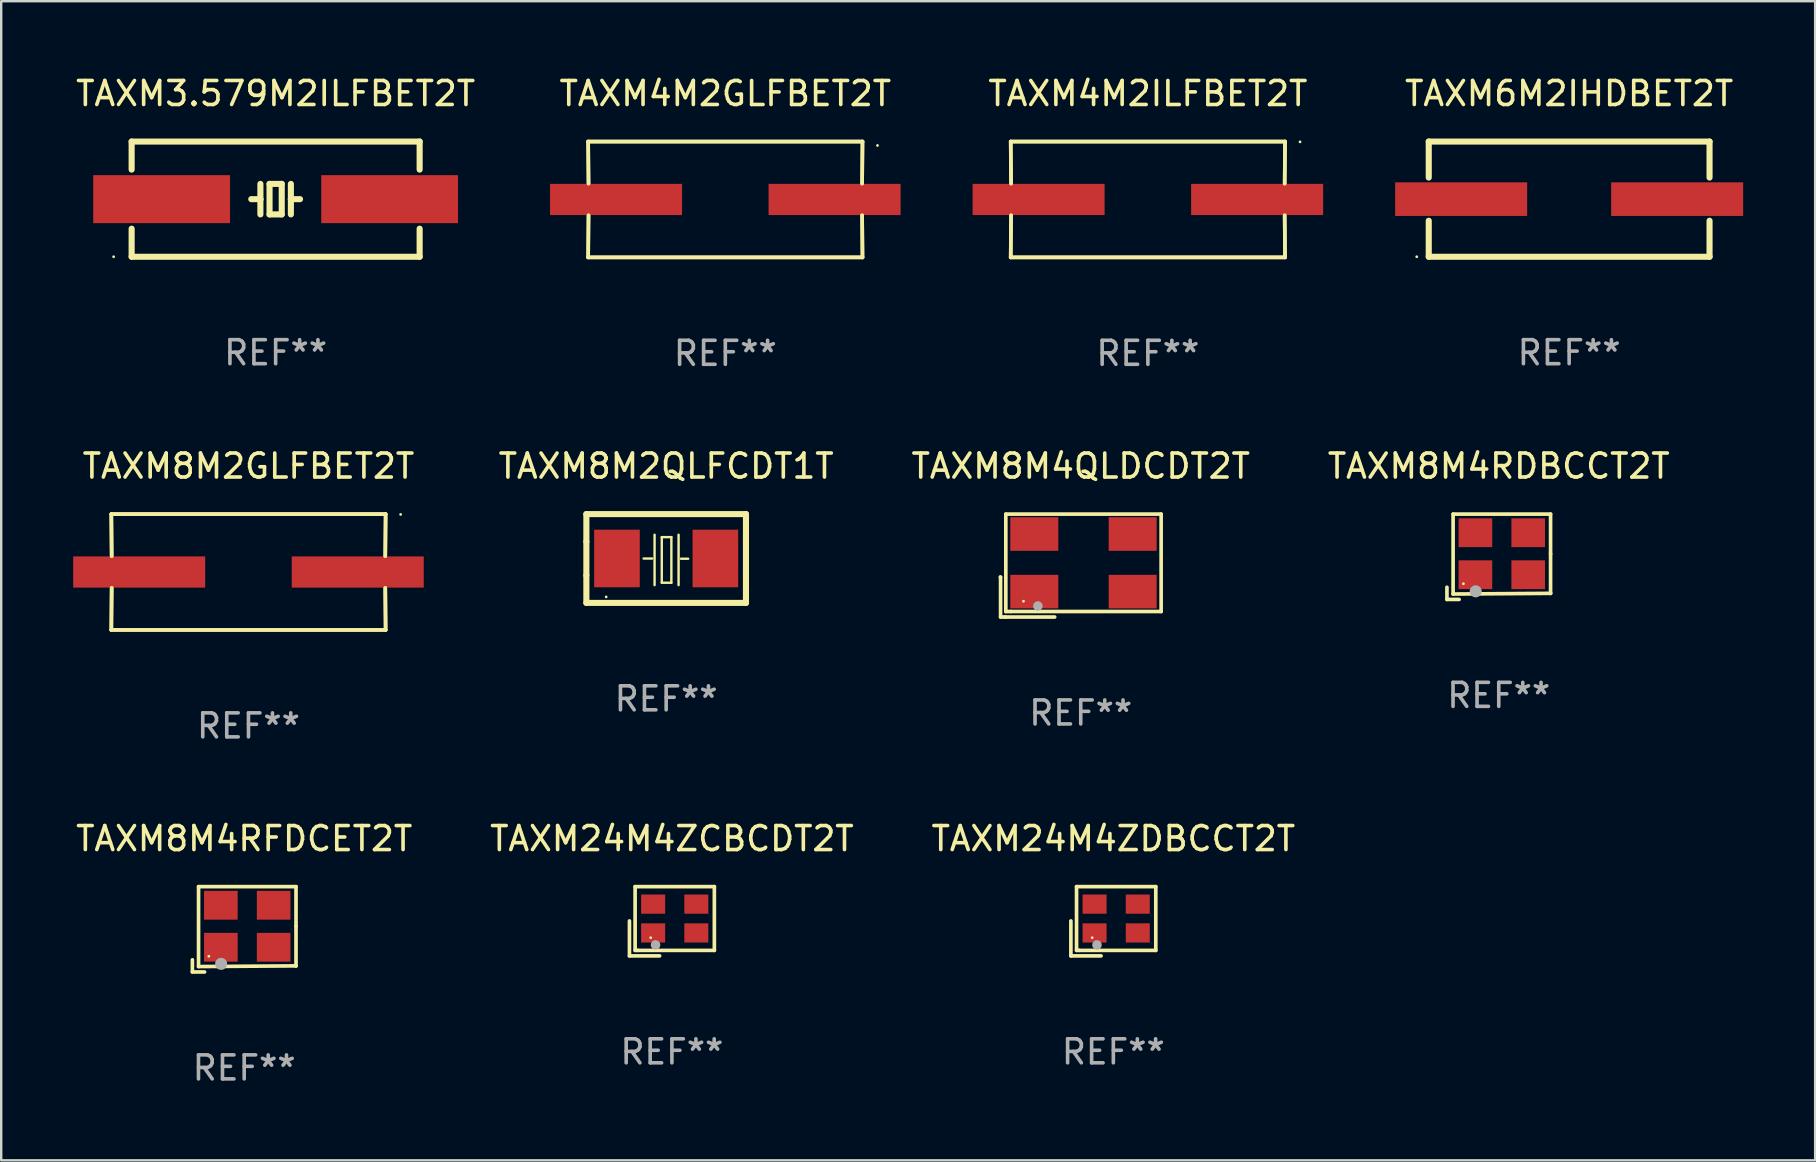
<source format=kicad_pcb>
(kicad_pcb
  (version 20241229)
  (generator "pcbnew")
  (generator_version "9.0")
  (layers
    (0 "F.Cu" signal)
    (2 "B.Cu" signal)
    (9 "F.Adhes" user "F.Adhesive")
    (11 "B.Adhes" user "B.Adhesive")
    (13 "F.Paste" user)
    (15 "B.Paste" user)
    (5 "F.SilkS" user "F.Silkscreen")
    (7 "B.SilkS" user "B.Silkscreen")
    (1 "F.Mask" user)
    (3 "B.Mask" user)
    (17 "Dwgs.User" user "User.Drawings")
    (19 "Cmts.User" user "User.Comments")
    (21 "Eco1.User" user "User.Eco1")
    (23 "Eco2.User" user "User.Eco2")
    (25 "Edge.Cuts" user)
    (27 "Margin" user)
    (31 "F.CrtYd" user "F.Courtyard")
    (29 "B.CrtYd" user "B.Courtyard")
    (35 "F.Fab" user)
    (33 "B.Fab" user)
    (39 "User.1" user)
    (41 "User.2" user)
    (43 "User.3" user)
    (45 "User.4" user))
  (footprint "TAXM24M4ZCBCDT2T"
    (layer "F.Cu")
    (at 24.946 35.336)
    (property "Reference" "TAXM24M4ZCBCDT2T" (at 0 -3.443 0) (layer "F.SilkS") (effects (font (size 1 1) (thickness 0.15))))
    (attr through_hole)
    (fp_line (start -1.769 -0.014) (end -1.769 1.443) (stroke (width 0.152) (type solid)) (layer "F.SilkS"))
    (fp_line (start -1.769 1.443) (end -0.512 1.443) (stroke (width 0.152) (type solid)) (layer "F.SilkS"))
    (fp_line (start -1.533 -1.443) (end 1.769 -1.443) (stroke (width 0.152) (type solid)) (layer "F.SilkS"))
    (fp_line (start -1.533 1.214) (end -1.533 -1.443) (stroke (width 0.152) (type solid)) (layer "F.SilkS"))
    (fp_line (start -1.411 1.214) (end -1.533 1.214) (stroke (width 0.152) (type solid)) (layer "F.SilkS"))
    (fp_line (start 1.769 -1.443) (end 1.769 1.214) (stroke (width 0.152) (type solid)) (layer "F.SilkS"))
    (fp_line (start 1.769 1.214) (end -1.411 1.214) (stroke (width 0.152) (type solid)) (layer "F.SilkS"))
    (fp_circle (center -0.882 0.686) (end -0.852 0.686) (stroke (width 0.06) (type solid)) (fill no) (layer "F.SilkS"))
    (fp_circle (center -0.682 0.986) (end -0.582 0.986) (stroke (width 0.2) (type solid)) (fill no) (layer "F.Fab"))
    (fp_text user "REF**" (at 0 5.443 0) (layer "F.Fab") (effects (font (size 1 1) (thickness 0.15))))
    (pad "1" smd rect (at -0.782 0.486 90) (size 0.8 1) (layers "F.Cu" "F.Mask" "F.Paste"))
    (pad "2" smd rect (at 1.018 0.486 90) (size 0.8 1) (layers "F.Cu" "F.Mask" "F.Paste"))
    (pad "3" smd rect (at 1.018 -0.714 90) (size 0.8 1) (layers "F.Cu" "F.Mask" "F.Paste"))
    (pad "4" smd rect (at -0.782 -0.714 90) (size 0.8 1) (layers "F.Cu" "F.Mask" "F.Paste")))
  (footprint "TAXM4M2GLFBET2T"
    (layer "F.Cu")
    (at 27.172 5.261)
    (property "Reference" "TAXM4M2GLFBET2T" (at 0 -4.413 0) (layer "F.SilkS") (effects (font (size 1 1) (thickness 0.15))))
    (attr through_hole)
    (fp_line (start -5.715 -2.413) (end -5.7 -0.662) (stroke (width 0.152) (type solid)) (layer "F.SilkS"))
    (fp_line (start -5.715 -2.413) (end -5.7 -0.662) (stroke (width 0.152) (type solid)) (layer "F.SilkS"))
    (fp_line (start -5.715 2.413) (end 5.715 2.413) (stroke (width 0.152) (type solid)) (layer "F.SilkS"))
    (fp_line (start -5.715 2.413) (end 5.715 2.413) (stroke (width 0.152) (type solid)) (layer "F.SilkS"))
    (fp_line (start -5.7 0.662) (end -5.715 2.413) (stroke (width 0.152) (type solid)) (layer "F.SilkS"))
    (fp_line (start -5.7 0.662) (end -5.715 2.413) (stroke (width 0.152) (type solid)) (layer "F.SilkS"))
    (fp_line (start 5.7 -0.662) (end 5.715 -2.413) (stroke (width 0.152) (type solid)) (layer "F.SilkS"))
    (fp_line (start 5.7 -0.662) (end 5.715 -2.413) (stroke (width 0.152) (type solid)) (layer "F.SilkS"))
    (fp_line (start 5.715 -2.413) (end -5.715 -2.413) (stroke (width 0.152) (type solid)) (layer "F.SilkS"))
    (fp_line (start 5.715 -2.413) (end -5.715 -2.413) (stroke (width 0.152) (type solid)) (layer "F.SilkS"))
    (fp_line (start 5.715 2.413) (end 5.7 0.662) (stroke (width 0.152) (type solid)) (layer "F.SilkS"))
    (fp_line (start 5.715 2.413) (end 5.7 0.662) (stroke (width 0.152) (type solid)) (layer "F.SilkS"))
    (fp_circle (center 6.34 -2.25) (end 6.37 -2.25) (stroke (width 0.06) (type solid)) (fill no) (layer "F.SilkS"))
    (fp_text user "REF**" (at 0 6.413 0) (layer "F.Fab") (effects (font (size 1 1) (thickness 0.15))))
    (pad "1" smd rect (at 4.553 0.000127) (size 5.5 1.3) (layers "F.Cu" "F.Mask" "F.Paste"))
    (pad "2" smd rect (at -4.553 0.000127) (size 5.5 1.3) (layers "F.Cu" "F.Mask" "F.Paste")))
  (footprint "TAXM8M2QLFCDT1T"
    (layer "F.Cu")
    (at 24.707 20.221)
    (property "Reference" "TAXM8M2QLFCDT1T" (at 0 -3.85 0) (layer "F.SilkS") (effects (font (size 1 1) (thickness 0.15))))
    (attr through_hole)
    (fp_line (start -3.325 0.7) (end -3.325 -0.7) (stroke (width 0.254) (type solid)) (layer "F.SilkS"))
    (fp_line (start -3.325 -1.85) (end 3.325 -1.85) (stroke (width 0.254) (type solid)) (layer "F.SilkS"))
    (fp_line (start -3.325 -0.7) (end -3.325 -1.85) (stroke (width 0.254) (type solid)) (layer "F.SilkS"))
    (fp_line (start -3.325 1.85) (end -3.325 0.7) (stroke (width 0.254) (type solid)) (layer "F.SilkS"))
    (fp_line (start -0.94 -0.000127) (end -0.584 -0.000127) (stroke (width 0.1) (type solid)) (layer "F.SilkS"))
    (fp_line (start -0.483 -0.991) (end -0.483 1.109) (stroke (width 0.1) (type solid)) (layer "F.SilkS"))
    (fp_line (start -0.183 -0.891) (end -0.183 1.009) (stroke (width 0.1) (type solid)) (layer "F.SilkS"))
    (fp_line (start -0.183 1.009) (end 0.217 1.009) (stroke (width 0.1) (type solid)) (layer "F.SilkS"))
    (fp_line (start 0.217 -0.891) (end -0.183 -0.891) (stroke (width 0.1) (type solid)) (layer "F.SilkS"))
    (fp_line (start 0.217 1.009) (end 0.217 -0.891) (stroke (width 0.1) (type solid)) (layer "F.SilkS"))
    (fp_line (start 0.517 -0.991) (end 0.517 1.109) (stroke (width 0.1) (type solid)) (layer "F.SilkS"))
    (fp_line (start 0.617 0.009) (end 0.917 0.009) (stroke (width 0.1) (type solid)) (layer "F.SilkS"))
    (fp_line (start 3.325 -1.85) (end 3.325 -0.7) (stroke (width 0.254) (type solid)) (layer "F.SilkS"))
    (fp_line (start 3.325 0.7) (end 3.325 1.85) (stroke (width 0.254) (type solid)) (layer "F.SilkS"))
    (fp_line (start 3.325 1.85) (end -3.325 1.85) (stroke (width 0.254) (type solid)) (layer "F.SilkS"))
    (fp_line (start 3.325 -0.7) (end 3.325 0.7) (stroke (width 0.254) (type solid)) (layer "F.SilkS"))
    (fp_circle (center -2.5 1.6) (end -2.47 1.6) (stroke (width 0.06) (type solid)) (fill no) (layer "F.SilkS"))
    (fp_text user "REF**" (at 0 5.85 0) (layer "F.Fab") (effects (font (size 1 1) (thickness 0.15))))
    (pad "1" smd rect (at -2.05 -0.000127) (size 1.9 2.4) (layers "F.Cu" "F.Mask" "F.Paste"))
    (pad "2" smd rect (at 2.05 -0.000127) (size 1.9 2.4) (layers "F.Cu" "F.Mask" "F.Paste")))
  (footprint "TAXM8M4QLDCDT2T"
    (layer "F.Cu")
    (at 41.981 20.515)
    (property "Reference" "TAXM8M4QLDCDT2T" (at 0 -4.144 0) (layer "F.SilkS") (effects (font (size 1 1) (thickness 0.15))))
    (attr through_hole)
    (fp_line (start -3.35 0.476) (end -3.341 0.485) (stroke (width 0.152) (type solid)) (layer "F.SilkS"))
    (fp_line (start -3.341 0.485) (end -3.341 2.144) (stroke (width 0.152) (type solid)) (layer "F.SilkS"))
    (fp_line (start -3.341 2.144) (end -3.143 2.144) (stroke (width 0.152) (type solid)) (layer "F.SilkS"))
    (fp_line (start -3.143 2.144) (end -1.085 2.144) (stroke (width 0.152) (type solid)) (layer "F.SilkS"))
    (fp_line (start -3.122 -2.144) (end 3.35 -2.144) (stroke (width 0.152) (type solid)) (layer "F.SilkS"))
    (fp_line (start -3.122 1.915) (end -3.122 -2.144) (stroke (width 0.152) (type solid)) (layer "F.SilkS"))
    (fp_line (start -2.914 1.915) (end -3.122 1.915) (stroke (width 0.152) (type solid)) (layer "F.SilkS"))
    (fp_line (start 3.35 -2.144) (end 3.35 1.915) (stroke (width 0.152) (type solid)) (layer "F.SilkS"))
    (fp_line (start 3.35 1.915) (end -2.914 1.915) (stroke (width 0.152) (type solid)) (layer "F.SilkS"))
    (fp_circle (center -2.386 1.486) (end -2.356 1.486) (stroke (width 0.06) (type solid)) (fill no) (layer "F.SilkS"))
    (fp_circle (center -1.786 1.686) (end -1.686 1.686) (stroke (width 0.2) (type solid)) (fill no) (layer "F.Fab"))
    (fp_text user "REF**" (at 0 6.144 0) (layer "F.Fab") (effects (font (size 1 1) (thickness 0.15))))
    (pad "1" smd rect (at -1.936 1.086) (size 2 1.4) (layers "F.Cu" "F.Mask" "F.Paste"))
    (pad "2" smd rect (at 2.164 1.086) (size 2 1.4) (layers "F.Cu" "F.Mask" "F.Paste"))
    (pad "3" smd rect (at 2.164 -1.314) (size 2 1.4) (layers "F.Cu" "F.Mask" "F.Paste"))
    (pad "4" smd rect (at -1.936 -1.314) (size 2 1.4) (layers "F.Cu" "F.Mask" "F.Paste")))
  (footprint "TAXM4M2ILFBET2T"
    (layer "F.Cu")
    (at 44.778 5.261)
    (property "Reference" "TAXM4M2ILFBET2T" (at 0 -4.413 0) (layer "F.SilkS") (effects (font (size 1 1) (thickness 0.15))))
    (attr through_hole)
    (fp_line (start -5.715 -2.413) (end -5.7 -0.662) (stroke (width 0.152) (type solid)) (layer "F.SilkS"))
    (fp_line (start -5.715 -2.413) (end -5.7 -0.662) (stroke (width 0.152) (type solid)) (layer "F.SilkS"))
    (fp_line (start -5.715 2.413) (end 5.715 2.413) (stroke (width 0.152) (type solid)) (layer "F.SilkS"))
    (fp_line (start -5.715 2.413) (end 5.715 2.413) (stroke (width 0.152) (type solid)) (layer "F.SilkS"))
    (fp_line (start -5.7 0.662) (end -5.715 2.413) (stroke (width 0.152) (type solid)) (layer "F.SilkS"))
    (fp_line (start -5.7 0.662) (end -5.715 2.413) (stroke (width 0.152) (type solid)) (layer "F.SilkS"))
    (fp_line (start 5.7 -0.662) (end 5.715 -2.413) (stroke (width 0.152) (type solid)) (layer "F.SilkS"))
    (fp_line (start 5.7 -0.662) (end 5.715 -2.413) (stroke (width 0.152) (type solid)) (layer "F.SilkS"))
    (fp_line (start 5.715 -2.413) (end -5.715 -2.413) (stroke (width 0.152) (type solid)) (layer "F.SilkS"))
    (fp_line (start 5.715 -2.413) (end -5.715 -2.413) (stroke (width 0.152) (type solid)) (layer "F.SilkS"))
    (fp_line (start 5.715 2.413) (end 5.7 0.662) (stroke (width 0.152) (type solid)) (layer "F.SilkS"))
    (fp_line (start 5.715 2.413) (end 5.7 0.662) (stroke (width 0.152) (type solid)) (layer "F.SilkS"))
    (fp_circle (center 6.34 -2.4) (end 6.37 -2.4) (stroke (width 0.06) (type solid)) (fill no) (layer "F.SilkS"))
    (fp_text user "REF**" (at 0 6.413 0) (layer "F.Fab") (effects (font (size 1 1) (thickness 0.15))))
    (pad "1" smd rect (at 4.553 0) (size 5.5 1.3) (layers "F.Cu" "F.Mask" "F.Paste"))
    (pad "2" smd rect (at -4.553 0) (size 5.5 1.3) (layers "F.Cu" "F.Mask" "F.Paste")))
  (footprint "TAXM3.579M2ILFBET2T"
    (layer "F.Cu")
    (at 8.435 5.248)
    (property "Reference" "TAXM3.579M2ILFBET2T" (at 0 -4.4 0) (layer "F.SilkS") (effects (font (size 1 1) (thickness 0.15))))
    (attr through_hole)
    (fp_line (start -6 -2.4) (end -6 -1.231) (stroke (width 0.254) (type solid)) (layer "F.SilkS"))
    (fp_line (start -6 -2.4) (end 6 -2.4) (stroke (width 0.254) (type solid)) (layer "F.SilkS"))
    (fp_line (start -6 1.231) (end -6 2.4) (stroke (width 0.254) (type solid)) (layer "F.SilkS"))
    (fp_line (start -6 2.4) (end 6 2.4) (stroke (width 0.254) (type solid)) (layer "F.SilkS"))
    (fp_line (start -0.635 -0.635) (end -0.635 0) (stroke (width 0.254) (type solid)) (layer "F.SilkS"))
    (fp_line (start -0.635 0) (end -1.016 0) (stroke (width 0.254) (type solid)) (layer "F.SilkS"))
    (fp_line (start -0.635 0) (end -0.635 0.635) (stroke (width 0.254) (type solid)) (layer "F.SilkS"))
    (fp_line (start -0.254 -0.635) (end -0.254 0.635) (stroke (width 0.254) (type solid)) (layer "F.SilkS"))
    (fp_line (start -0.254 0.635) (end 0.254 0.635) (stroke (width 0.254) (type solid)) (layer "F.SilkS"))
    (fp_line (start 0.254 -0.635) (end -0.254 -0.635) (stroke (width 0.254) (type solid)) (layer "F.SilkS"))
    (fp_line (start 0.254 0.635) (end 0.254 -0.635) (stroke (width 0.254) (type solid)) (layer "F.SilkS"))
    (fp_line (start 0.635 -0.635) (end 0.635 0) (stroke (width 0.254) (type solid)) (layer "F.SilkS"))
    (fp_line (start 0.635 0) (end 0.635 0.635) (stroke (width 0.254) (type solid)) (layer "F.SilkS"))
    (fp_line (start 0.635 0) (end 1.016 0) (stroke (width 0.254) (type solid)) (layer "F.SilkS"))
    (fp_line (start 6 -2.4) (end 6 -1.231) (stroke (width 0.254) (type solid)) (layer "F.SilkS"))
    (fp_line (start 6 1.231) (end 6 2.4) (stroke (width 0.254) (type solid)) (layer "F.SilkS"))
    (fp_circle (center -6.75 2.4) (end -6.72 2.4) (stroke (width 0.06) (type solid)) (fill no) (layer "F.SilkS"))
    (fp_text user "REF**" (at 0 6.4 0) (layer "F.Fab") (effects (font (size 1 1) (thickness 0.15))))
    (pad "1" smd rect (at -4.75 0) (size 5.7 2) (layers "F.Cu" "F.Mask" "F.Paste"))
    (pad "2" smd rect (at 4.75 0) (size 5.7 2) (layers "F.Cu" "F.Mask" "F.Paste")))
  (footprint "TAXM24M4ZDBCCT2T"
    (layer "F.Cu")
    (at 43.339 35.336)
    (property "Reference" "TAXM24M4ZDBCCT2T" (at 0 -3.443 0) (layer "F.SilkS") (effects (font (size 1 1) (thickness 0.15))))
    (attr through_hole)
    (fp_line (start -1.769 -0.014) (end -1.769 1.443) (stroke (width 0.152) (type solid)) (layer "F.SilkS"))
    (fp_line (start -1.769 1.443) (end -0.512 1.443) (stroke (width 0.152) (type solid)) (layer "F.SilkS"))
    (fp_line (start -1.533 -1.443) (end 1.769 -1.443) (stroke (width 0.152) (type solid)) (layer "F.SilkS"))
    (fp_line (start -1.533 1.214) (end -1.533 -1.443) (stroke (width 0.152) (type solid)) (layer "F.SilkS"))
    (fp_line (start -1.411 1.214) (end -1.533 1.214) (stroke (width 0.152) (type solid)) (layer "F.SilkS"))
    (fp_line (start 1.769 -1.443) (end 1.769 1.214) (stroke (width 0.152) (type solid)) (layer "F.SilkS"))
    (fp_line (start 1.769 1.214) (end -1.411 1.214) (stroke (width 0.152) (type solid)) (layer "F.SilkS"))
    (fp_circle (center -0.882 0.686) (end -0.852 0.686) (stroke (width 0.06) (type solid)) (fill no) (layer "F.SilkS"))
    (fp_circle (center -0.682 0.986) (end -0.582 0.986) (stroke (width 0.2) (type solid)) (fill no) (layer "F.Fab"))
    (fp_text user "REF**" (at 0 5.443 0) (layer "F.Fab") (effects (font (size 1 1) (thickness 0.15))))
    (pad "1" smd rect (at -0.782 0.486 90) (size 0.8 1) (layers "F.Cu" "F.Mask" "F.Paste"))
    (pad "2" smd rect (at 1.018 0.486 90) (size 0.8 1) (layers "F.Cu" "F.Mask" "F.Paste"))
    (pad "3" smd rect (at 1.018 -0.714 90) (size 0.8 1) (layers "F.Cu" "F.Mask" "F.Paste"))
    (pad "4" smd rect (at -0.782 -0.714 90) (size 0.8 1) (layers "F.Cu" "F.Mask" "F.Paste")))
  (footprint "TAXM8M4RFDCET2T"
    (layer "F.Cu")
    (at 7.125 35.671)
    (property "Reference" "TAXM8M4RFDCET2T" (at 0 -3.778 0) (layer "F.SilkS") (effects (font (size 1 1) (thickness 0.15))))
    (attr through_hole)
    (fp_line (start -2.159 1.27) (end -2.159 1.778) (stroke (width 0.152) (type solid)) (layer "F.SilkS"))
    (fp_line (start -2.159 1.778) (end -1.651 1.778) (stroke (width 0.152) (type solid)) (layer "F.SilkS"))
    (fp_line (start -1.902 -1.778) (end 2.159 -1.778) (stroke (width 0.152) (type solid)) (layer "F.SilkS"))
    (fp_line (start -1.902 1.552) (end -1.902 -1.778) (stroke (width 0.152) (type solid)) (layer "F.SilkS"))
    (fp_line (start 2.159 -1.778) (end 2.159 -0.127) (stroke (width 0.152) (type solid)) (layer "F.SilkS"))
    (fp_line (start 2.159 -0.127) (end 2.159 1.524) (stroke (width 0.152) (type solid)) (layer "F.SilkS"))
    (fp_line (start 2.159 1.524) (end -1.902 1.552) (stroke (width 0.152) (type solid)) (layer "F.SilkS"))
    (fp_line (start 2.159 1.524) (end 2.159 1.524) (stroke (width 0.152) (type solid)) (layer "F.SilkS"))
    (fp_circle (center -1.473 1.123) (end -1.443 1.123) (stroke (width 0.06) (type solid)) (fill no) (layer "F.SilkS"))
    (fp_circle (center -0.961 1.44) (end -0.834 1.44) (stroke (width 0.254) (type solid)) (fill no) (layer "F.Fab"))
    (fp_text user "REF**" (at 0 5.778 0) (layer "F.Fab") (effects (font (size 1 1) (thickness 0.15))))
    (pad "1" smd rect (at -0.973 0.748) (size 1.4 1.2) (layers "F.Cu" "F.Mask" "F.Paste"))
    (pad "2" smd rect (at 1.227 0.748) (size 1.4 1.2) (layers "F.Cu" "F.Mask" "F.Paste"))
    (pad "3" smd rect (at 1.227 -1.002) (size 1.4 1.2) (layers "F.Cu" "F.Mask" "F.Paste"))
    (pad "4" smd rect (at -0.973 -1.002) (size 1.4 1.2) (layers "F.Cu" "F.Mask" "F.Paste")))
  (footprint "TAXM8M4RDBCCT2T"
    (layer "F.Cu")
    (at 59.398 20.149)
    (property "Reference" "TAXM8M4RDBCCT2T" (at 0 -3.778 0) (layer "F.SilkS") (effects (font (size 1 1) (thickness 0.15))))
    (attr through_hole)
    (fp_line (start -2.159 1.27) (end -2.159 1.778) (stroke (width 0.152) (type solid)) (layer "F.SilkS"))
    (fp_line (start -2.159 1.778) (end -1.651 1.778) (stroke (width 0.152) (type solid)) (layer "F.SilkS"))
    (fp_line (start -1.902 -1.778) (end 2.159 -1.778) (stroke (width 0.152) (type solid)) (layer "F.SilkS"))
    (fp_line (start -1.902 1.552) (end -1.902 -1.778) (stroke (width 0.152) (type solid)) (layer "F.SilkS"))
    (fp_line (start 2.159 -1.778) (end 2.159 -0.127) (stroke (width 0.152) (type solid)) (layer "F.SilkS"))
    (fp_line (start 2.159 -0.127) (end 2.159 1.524) (stroke (width 0.152) (type solid)) (layer "F.SilkS"))
    (fp_line (start 2.159 1.524) (end -1.902 1.552) (stroke (width 0.152) (type solid)) (layer "F.SilkS"))
    (fp_line (start 2.159 1.524) (end 2.159 1.524) (stroke (width 0.152) (type solid)) (layer "F.SilkS"))
    (fp_circle (center -1.473 1.123) (end -1.443 1.123) (stroke (width 0.06) (type solid)) (fill no) (layer "F.SilkS"))
    (fp_circle (center -0.961 1.44) (end -0.834 1.44) (stroke (width 0.254) (type solid)) (fill no) (layer "F.Fab"))
    (fp_text user "REF**" (at 0 5.778 0) (layer "F.Fab") (effects (font (size 1 1) (thickness 0.15))))
    (pad "1" smd rect (at -0.973 0.748) (size 1.4 1.2) (layers "F.Cu" "F.Mask" "F.Paste"))
    (pad "2" smd rect (at 1.227 0.748) (size 1.4 1.2) (layers "F.Cu" "F.Mask" "F.Paste"))
    (pad "3" smd rect (at 1.227 -1.002) (size 1.4 1.2) (layers "F.Cu" "F.Mask" "F.Paste"))
    (pad "4" smd rect (at -0.973 -1.002) (size 1.4 1.2) (layers "F.Cu" "F.Mask" "F.Paste")))
  (footprint "TAXM6M2IHDBET2T"
    (layer "F.Cu")
    (at 62.331 5.248)
    (property "Reference" "TAXM6M2IHDBET2T" (at 0 -4.4 0) (layer "F.SilkS") (effects (font (size 1 1) (thickness 0.15))))
    (attr through_hole)
    (fp_line (start -5.85 -2.4) (end 5.85 -2.4) (stroke (width 0.254) (type solid)) (layer "F.SilkS"))
    (fp_line (start -5.85 -2.4) (end -5.85 -0.9) (stroke (width 0.254) (type solid)) (layer "F.SilkS"))
    (fp_line (start -5.85 2.4) (end 5.85 2.4) (stroke (width 0.254) (type solid)) (layer "F.SilkS"))
    (fp_line (start -5.85 0.9) (end -5.85 2.4) (stroke (width 0.254) (type solid)) (layer "F.SilkS"))
    (fp_line (start 5.85 -2.4) (end 5.85 -0.9) (stroke (width 0.254) (type solid)) (layer "F.SilkS"))
    (fp_line (start 5.85 0.9) (end 5.85 2.4) (stroke (width 0.254) (type solid)) (layer "F.SilkS"))
    (fp_circle (center -6.35 2.4) (end -6.32 2.4) (stroke (width 0.06) (type solid)) (fill no) (layer "F.SilkS"))
    (fp_text user "REF**" (at 0 6.4 0) (layer "F.Fab") (effects (font (size 1 1) (thickness 0.15))))
    (pad "1" smd rect (at -4.5 -0.000025) (size 5.5 1.4) (layers "F.Cu" "F.Mask" "F.Paste"))
    (pad "2" smd rect (at 4.5 -0.000025) (size 5.5 1.4) (layers "F.Cu" "F.Mask" "F.Paste")))
  (footprint "TAXM8M2GLFBET2T"
    (layer "F.Cu")
    (at 7.303 20.784)
    (property "Reference" "TAXM8M2GLFBET2T" (at 0 -4.413 0) (layer "F.SilkS") (effects (font (size 1 1) (thickness 0.15))))
    (attr through_hole)
    (fp_line (start -5.715 -2.413) (end -5.7 -0.662) (stroke (width 0.152) (type solid)) (layer "F.SilkS"))
    (fp_line (start -5.715 -2.413) (end -5.7 -0.662) (stroke (width 0.152) (type solid)) (layer "F.SilkS"))
    (fp_line (start -5.715 2.413) (end 5.715 2.413) (stroke (width 0.152) (type solid)) (layer "F.SilkS"))
    (fp_line (start -5.715 2.413) (end 5.715 2.413) (stroke (width 0.152) (type solid)) (layer "F.SilkS"))
    (fp_line (start -5.7 0.662) (end -5.715 2.413) (stroke (width 0.152) (type solid)) (layer "F.SilkS"))
    (fp_line (start -5.7 0.662) (end -5.715 2.413) (stroke (width 0.152) (type solid)) (layer "F.SilkS"))
    (fp_line (start 5.7 -0.662) (end 5.715 -2.413) (stroke (width 0.152) (type solid)) (layer "F.SilkS"))
    (fp_line (start 5.7 -0.662) (end 5.715 -2.413) (stroke (width 0.152) (type solid)) (layer "F.SilkS"))
    (fp_line (start 5.715 -2.413) (end -5.715 -2.413) (stroke (width 0.152) (type solid)) (layer "F.SilkS"))
    (fp_line (start 5.715 -2.413) (end -5.715 -2.413) (stroke (width 0.152) (type solid)) (layer "F.SilkS"))
    (fp_line (start 5.715 2.413) (end 5.7 0.662) (stroke (width 0.152) (type solid)) (layer "F.SilkS"))
    (fp_line (start 5.715 2.413) (end 5.7 0.662) (stroke (width 0.152) (type solid)) (layer "F.SilkS"))
    (fp_circle (center 6.34 -2.4) (end 6.37 -2.4) (stroke (width 0.06) (type solid)) (fill no) (layer "F.SilkS"))
    (fp_text user "REF**" (at 0 6.413 0) (layer "F.Fab") (effects (font (size 1 1) (thickness 0.15))))
    (pad "1" smd rect (at 4.553 0) (size 5.5 1.3) (layers "F.Cu" "F.Mask" "F.Paste"))
    (pad "2" smd rect (at -4.553 0) (size 5.5 1.3) (layers "F.Cu" "F.Mask" "F.Paste")))
  (gr_rect
    (start -3 -3)
    (end 72.581 45.298)
    (stroke (width 0.1) (type default))
    (fill no)
    (layer "Edge.Cuts")))
</source>
